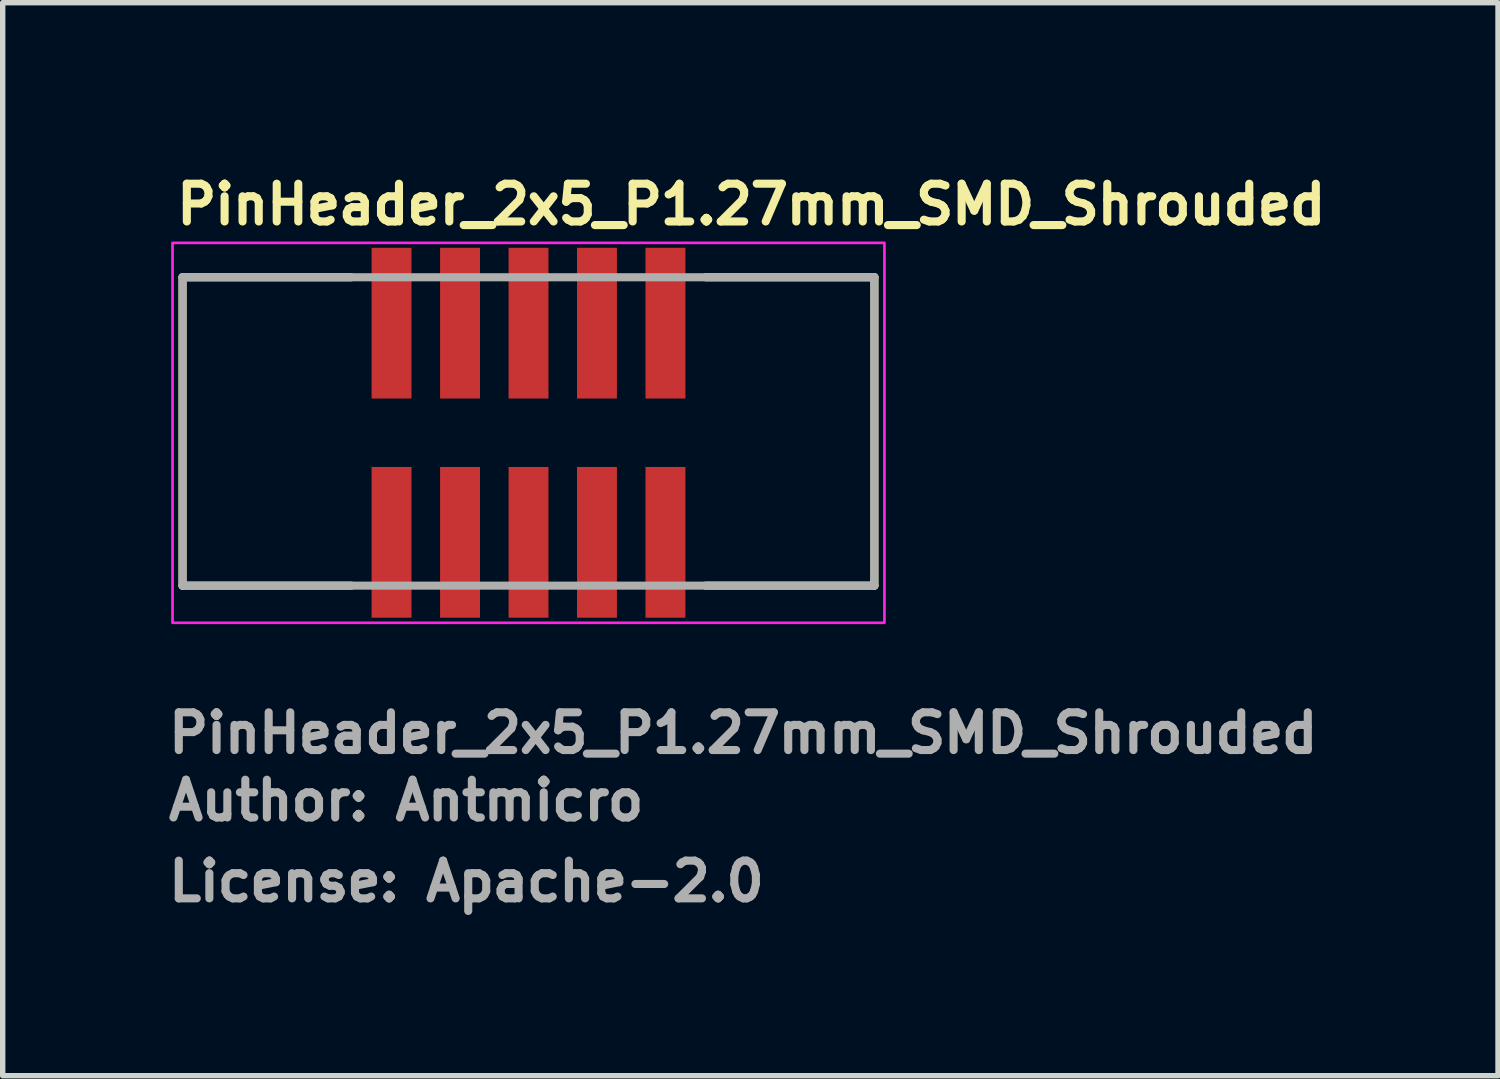
<source format=kicad_pcb>
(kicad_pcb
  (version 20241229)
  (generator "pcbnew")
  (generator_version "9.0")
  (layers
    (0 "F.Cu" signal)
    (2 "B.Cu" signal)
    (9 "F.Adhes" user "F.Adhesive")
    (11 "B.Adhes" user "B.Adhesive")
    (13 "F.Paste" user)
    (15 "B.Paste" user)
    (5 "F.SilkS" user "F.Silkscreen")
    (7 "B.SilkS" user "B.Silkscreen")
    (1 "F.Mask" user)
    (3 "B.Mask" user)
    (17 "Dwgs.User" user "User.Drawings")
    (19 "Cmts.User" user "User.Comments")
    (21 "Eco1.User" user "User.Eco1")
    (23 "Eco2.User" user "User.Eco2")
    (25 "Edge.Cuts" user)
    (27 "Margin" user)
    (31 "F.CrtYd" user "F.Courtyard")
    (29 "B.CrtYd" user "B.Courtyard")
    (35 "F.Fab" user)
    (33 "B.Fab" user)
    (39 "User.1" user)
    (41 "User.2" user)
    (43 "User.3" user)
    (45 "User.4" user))
  (footprint "PinHeader_2x5_P1.27mm_SMD_Shrouded"
    (layer "F.Cu")
    (at 6.75 4.951)
    (property "Reference" "PinHeader_2x5_P1.27mm_SMD_Shrouded" (at -6.601 -3.801 0) (layer "F.SilkS") (effects (font (size 0.7 0.7) (thickness 0.15)) (justify left bottom)))
    (attr smd)
    (fp_line (start -6.415 -2.86) (end -3.286 -2.86) (stroke (width 0.15) (type solid)) (layer "F.SilkS"))
    (fp_line (start -6.415 2.858) (end -6.415 -2.86) (stroke (width 0.15) (type solid)) (layer "F.SilkS"))
    (fp_line (start -6.415 2.858) (end -3.286 2.858) (stroke (width 0.15) (type solid)) (layer "F.SilkS"))
    (fp_line (start 3.285 -2.86) (end 6.413 -2.86) (stroke (width 0.15) (type solid)) (layer "F.SilkS"))
    (fp_line (start 3.285 2.858) (end 6.413 2.858) (stroke (width 0.15) (type solid)) (layer "F.SilkS"))
    (fp_line (start 6.413 2.858) (end 6.413 -2.86) (stroke (width 0.15) (type solid)) (layer "F.SilkS"))
    (fp_rect (start -6.601 -3.498) (end 6.599 3.547) (stroke (width 0.05) (type solid)) (fill no) (layer "F.CrtYd"))
    (fp_line (start -6.415 -2.86) (end 6.413 -2.86) (stroke (width 0.15) (type solid)) (layer "F.Fab"))
    (fp_line (start -6.415 2.858) (end -6.415 -2.86) (stroke (width 0.15) (type solid)) (layer "F.Fab"))
    (fp_line (start 6.413 -2.86) (end 6.413 2.858) (stroke (width 0.15) (type solid)) (layer "F.Fab"))
    (fp_line (start 6.413 2.858) (end -6.415 2.858) (stroke (width 0.15) (type solid)) (layer "F.Fab"))
    (fp_rect (start -6.351 -3.048) (end 6.349 3.047) (stroke (width 0.1) (type solid)) (fill no) (layer "User.5"))
    (fp_line (start -6.351 -0.635) (end -6.351 -3.048) (stroke (width 0.02) (type solid)) (layer "User.9"))
    (fp_line (start -6.351 -0.635) (end -6.223 -0.635) (stroke (width 0.02) (type solid)) (layer "User.9"))
    (fp_line (start -6.351 2.539) (end -6.351 0.633) (stroke (width 0.02) (type solid)) (layer "User.9"))
    (fp_line (start -6.223 -0.635) (end -6.223 0.633) (stroke (width 0.02) (type solid)) (layer "User.9"))
    (fp_line (start -6.223 0.633) (end -6.351 0.633) (stroke (width 0.02) (type solid)) (layer "User.9"))
    (fp_line (start -5.739 -2.057) (end -5.739 2.055) (stroke (width 0.02) (type solid)) (layer "User.9"))
    (fp_line (start -5.739 -2.057) (end -5.462 -1.778) (stroke (width 0.02) (type solid)) (layer "User.9"))
    (fp_line (start -5.739 2.055) (end -5.462 1.777) (stroke (width 0.02) (type solid)) (layer "User.9"))
    (fp_line (start -5.739 2.055) (end -1.27 2.055) (stroke (width 0.02) (type solid)) (layer "User.9"))
    (fp_line (start -5.462 -1.778) (end -5.462 1.777) (stroke (width 0.02) (type solid)) (layer "User.9"))
    (fp_line (start -5.462 1.777) (end -1.27 1.777) (stroke (width 0.02) (type solid)) (layer "User.9"))
    (fp_line (start -5.412 -3.048) (end -6.351 -3.048) (stroke (width 0.02) (type solid)) (layer "User.9"))
    (fp_line (start -5.412 -2.54) (end -5.412 -3.048) (stroke (width 0.02) (type solid)) (layer "User.9"))
    (fp_line (start -3.048 2.285) (end -3.048 2.539) (stroke (width 0.02) (type solid)) (layer "User.9"))
    (fp_line (start -3.048 2.285) (end -3.048 2.539) (stroke (width 0.02) (type solid)) (layer "User.9"))
    (fp_line (start -3.048 2.539) (end -6.351 2.539) (stroke (width 0.02) (type solid)) (layer "User.9"))
    (fp_line (start -3.024 2.539) (end -3.048 2.539) (stroke (width 0.02) (type solid)) (layer "User.9"))
    (fp_line (start -3.024 2.539) (end -3.024 2.31) (stroke (width 0.02) (type solid)) (layer "User.9"))
    (fp_line (start -2.745 -3.048) (end -2.745 -2.948) (stroke (width 0.02) (type solid)) (layer "User.9"))
    (fp_line (start -2.745 -2.948) (end -2.745 -2.54) (stroke (width 0.02) (type solid)) (layer "User.9"))
    (fp_line (start -2.745 -0.839) (end -2.745 -0.737) (stroke (width 0.02) (type solid)) (layer "User.9"))
    (fp_line (start -2.745 -0.737) (end -2.745 -0.535) (stroke (width 0.02) (type solid)) (layer "User.9"))
    (fp_line (start -2.745 -0.535) (end -2.745 -0.432) (stroke (width 0.02) (type solid)) (layer "User.9"))
    (fp_line (start -2.745 0.43) (end -2.745 0.533) (stroke (width 0.02) (type solid)) (layer "User.9"))
    (fp_line (start -2.745 0.533) (end -2.745 0.735) (stroke (width 0.02) (type solid)) (layer "User.9"))
    (fp_line (start -2.745 0.735) (end -2.745 0.837) (stroke (width 0.02) (type solid)) (layer "User.9"))
    (fp_line (start -2.745 2.539) (end -2.745 2.946) (stroke (width 0.02) (type solid)) (layer "User.9"))
    (fp_line (start -2.745 2.946) (end -2.745 3.047) (stroke (width 0.02) (type solid)) (layer "User.9"))
    (fp_line (start -2.54 2.539) (end -3.024 2.539) (stroke (width 0.02) (type solid)) (layer "User.9"))
    (fp_line (start -2.54 2.539) (end -2.54 2.31) (stroke (width 0.02) (type solid)) (layer "User.9"))
    (fp_line (start -2.338 -3.048) (end -2.745 -3.048) (stroke (width 0.02) (type solid)) (layer "User.9"))
    (fp_line (start -2.338 -3.048) (end -2.338 -2.948) (stroke (width 0.02) (type solid)) (layer "User.9"))
    (fp_line (start -2.338 -2.948) (end -2.745 -2.948) (stroke (width 0.02) (type solid)) (layer "User.9"))
    (fp_line (start -2.338 -2.948) (end -2.338 -2.54) (stroke (width 0.02) (type solid)) (layer "User.9"))
    (fp_line (start -2.338 -0.839) (end -2.745 -0.839) (stroke (width 0.02) (type solid)) (layer "User.9"))
    (fp_line (start -2.338 -0.839) (end -2.338 -0.737) (stroke (width 0.02) (type solid)) (layer "User.9"))
    (fp_line (start -2.338 -0.737) (end -2.745 -0.737) (stroke (width 0.02) (type solid)) (layer "User.9"))
    (fp_line (start -2.338 -0.737) (end -2.338 -0.535) (stroke (width 0.02) (type solid)) (layer "User.9"))
    (fp_line (start -2.338 -0.535) (end -2.745 -0.535) (stroke (width 0.02) (type solid)) (layer "User.9"))
    (fp_line (start -2.338 -0.535) (end -2.338 -0.432) (stroke (width 0.02) (type solid)) (layer "User.9"))
    (fp_line (start -2.338 -0.432) (end -2.745 -0.432) (stroke (width 0.02) (type solid)) (layer "User.9"))
    (fp_line (start -2.338 0.43) (end -2.745 0.43) (stroke (width 0.02) (type solid)) (layer "User.9"))
    (fp_line (start -2.338 0.43) (end -2.338 0.533) (stroke (width 0.02) (type solid)) (layer "User.9"))
    (fp_line (start -2.338 0.533) (end -2.745 0.533) (stroke (width 0.02) (type solid)) (layer "User.9"))
    (fp_line (start -2.338 0.533) (end -2.338 0.735) (stroke (width 0.02) (type solid)) (layer "User.9"))
    (fp_line (start -2.338 0.735) (end -2.745 0.735) (stroke (width 0.02) (type solid)) (layer "User.9"))
    (fp_line (start -2.338 0.735) (end -2.338 0.837) (stroke (width 0.02) (type solid)) (layer "User.9"))
    (fp_line (start -2.338 0.837) (end -2.745 0.837) (stroke (width 0.02) (type solid)) (layer "User.9"))
    (fp_line (start -2.338 2.539) (end -2.338 2.946) (stroke (width 0.02) (type solid)) (layer "User.9"))
    (fp_line (start -2.338 2.946) (end -2.745 2.946) (stroke (width 0.02) (type solid)) (layer "User.9"))
    (fp_line (start -2.338 2.946) (end -2.338 3.047) (stroke (width 0.02) (type solid)) (layer "User.9"))
    (fp_line (start -2.338 3.047) (end -2.745 3.047) (stroke (width 0.02) (type solid)) (layer "User.9"))
    (fp_line (start -2.058 2.31) (end -3.024 2.31) (stroke (width 0.02) (type solid)) (layer "User.9"))
    (fp_line (start -2.058 2.539) (end -2.54 2.539) (stroke (width 0.02) (type solid)) (layer "User.9"))
    (fp_line (start -2.058 2.539) (end -2.058 2.31) (stroke (width 0.02) (type solid)) (layer "User.9"))
    (fp_line (start -2.032 2.285) (end -3.048 2.285) (stroke (width 0.02) (type solid)) (layer "User.9"))
    (fp_line (start -2.032 2.285) (end -3.048 2.285) (stroke (width 0.02) (type solid)) (layer "User.9"))
    (fp_line (start -2.032 2.285) (end -2.032 2.539) (stroke (width 0.02) (type solid)) (layer "User.9"))
    (fp_line (start -2.032 2.285) (end -2.032 2.539) (stroke (width 0.02) (type solid)) (layer "User.9"))
    (fp_line (start -2.032 2.539) (end -2.058 2.539) (stroke (width 0.02) (type solid)) (layer "User.9"))
    (fp_line (start -1.474 -2.948) (end -1.474 -3.048) (stroke (width 0.02) (type solid)) (layer "User.9"))
    (fp_line (start -1.474 -2.54) (end -1.474 -2.948) (stroke (width 0.02) (type solid)) (layer "User.9"))
    (fp_line (start -1.474 -0.737) (end -1.474 -0.839) (stroke (width 0.02) (type solid)) (layer "User.9"))
    (fp_line (start -1.474 -0.535) (end -1.474 -0.737) (stroke (width 0.02) (type solid)) (layer "User.9"))
    (fp_line (start -1.474 -0.432) (end -1.474 -0.535) (stroke (width 0.02) (type solid)) (layer "User.9"))
    (fp_line (start -1.474 0.533) (end -1.474 0.43) (stroke (width 0.02) (type solid)) (layer "User.9"))
    (fp_line (start -1.474 0.735) (end -1.474 0.533) (stroke (width 0.02) (type solid)) (layer "User.9"))
    (fp_line (start -1.474 0.837) (end -1.474 0.735) (stroke (width 0.02) (type solid)) (layer "User.9"))
    (fp_line (start -1.474 2.946) (end -1.474 2.539) (stroke (width 0.02) (type solid)) (layer "User.9"))
    (fp_line (start -1.474 3.047) (end -1.474 2.946) (stroke (width 0.02) (type solid)) (layer "User.9"))
    (fp_line (start -1.27 -3.048) (end -1.474 -3.048) (stroke (width 0.02) (type solid)) (layer "User.9"))
    (fp_line (start -1.27 -3.048) (end -1.27 -2.54) (stroke (width 0.02) (type solid)) (layer "User.9"))
    (fp_line (start -1.27 -2.948) (end -1.474 -2.948) (stroke (width 0.02) (type solid)) (layer "User.9"))
    (fp_line (start -1.27 -2.54) (end -5.412 -2.54) (stroke (width 0.02) (type solid)) (layer "User.9"))
    (fp_line (start -1.27 2.055) (end -1.27 1.777) (stroke (width 0.02) (type solid)) (layer "User.9"))
    (fp_line (start -1.27 2.539) (end -2.032 2.539) (stroke (width 0.02) (type solid)) (layer "User.9"))
    (fp_line (start -1.27 2.539) (end -1.27 2.055) (stroke (width 0.02) (type solid)) (layer "User.9"))
    (fp_line (start -1.27 2.539) (end 1.269 2.539) (stroke (width 0.02) (type solid)) (layer "User.9"))
    (fp_line (start -1.067 -0.839) (end -1.474 -0.839) (stroke (width 0.02) (type solid)) (layer "User.9"))
    (fp_line (start -1.067 -0.839) (end -1.067 -0.737) (stroke (width 0.02) (type solid)) (layer "User.9"))
    (fp_line (start -1.067 -0.737) (end -1.474 -0.737) (stroke (width 0.02) (type solid)) (layer "User.9"))
    (fp_line (start -1.067 -0.737) (end -1.067 -0.535) (stroke (width 0.02) (type solid)) (layer "User.9"))
    (fp_line (start -1.067 -0.535) (end -1.474 -0.535) (stroke (width 0.02) (type solid)) (layer "User.9"))
    (fp_line (start -1.067 -0.535) (end -1.067 -0.432) (stroke (width 0.02) (type solid)) (layer "User.9"))
    (fp_line (start -1.067 -0.432) (end -1.474 -0.432) (stroke (width 0.02) (type solid)) (layer "User.9"))
    (fp_line (start -1.067 0.43) (end -1.474 0.43) (stroke (width 0.02) (type solid)) (layer "User.9"))
    (fp_line (start -1.067 0.43) (end -1.067 0.533) (stroke (width 0.02) (type solid)) (layer "User.9"))
    (fp_line (start -1.067 0.533) (end -1.474 0.533) (stroke (width 0.02) (type solid)) (layer "User.9"))
    (fp_line (start -1.067 0.533) (end -1.067 0.735) (stroke (width 0.02) (type solid)) (layer "User.9"))
    (fp_line (start -1.067 0.735) (end -1.474 0.735) (stroke (width 0.02) (type solid)) (layer "User.9"))
    (fp_line (start -1.067 0.735) (end -1.067 0.837) (stroke (width 0.02) (type solid)) (layer "User.9"))
    (fp_line (start -1.067 0.837) (end -1.474 0.837) (stroke (width 0.02) (type solid)) (layer "User.9"))
    (fp_line (start -1.067 2.539) (end -1.067 2.946) (stroke (width 0.02) (type solid)) (layer "User.9"))
    (fp_line (start -1.067 2.946) (end -1.474 2.946) (stroke (width 0.02) (type solid)) (layer "User.9"))
    (fp_line (start -1.067 2.946) (end -1.067 3.047) (stroke (width 0.02) (type solid)) (layer "User.9"))
    (fp_line (start -1.067 3.047) (end -1.474 3.047) (stroke (width 0.02) (type solid)) (layer "User.9"))
    (fp_line (start -0.205 -0.737) (end -0.205 -0.839) (stroke (width 0.02) (type solid)) (layer "User.9"))
    (fp_line (start -0.205 -0.535) (end -0.205 -0.737) (stroke (width 0.02) (type solid)) (layer "User.9"))
    (fp_line (start -0.205 -0.432) (end -0.205 -0.535) (stroke (width 0.02) (type solid)) (layer "User.9"))
    (fp_line (start -0.205 0.533) (end -0.205 0.43) (stroke (width 0.02) (type solid)) (layer "User.9"))
    (fp_line (start -0.205 0.735) (end -0.205 0.533) (stroke (width 0.02) (type solid)) (layer "User.9"))
    (fp_line (start -0.205 0.837) (end -0.205 0.735) (stroke (width 0.02) (type solid)) (layer "User.9"))
    (fp_line (start -0.205 2.946) (end -0.205 2.539) (stroke (width 0.02) (type solid)) (layer "User.9"))
    (fp_line (start -0.205 3.047) (end -0.205 2.946) (stroke (width 0.02) (type solid)) (layer "User.9"))
    (fp_line (start 0.203 -0.839) (end -0.205 -0.839) (stroke (width 0.02) (type solid)) (layer "User.9"))
    (fp_line (start 0.203 -0.839) (end 0.203 -0.737) (stroke (width 0.02) (type solid)) (layer "User.9"))
    (fp_line (start 0.203 -0.737) (end -0.205 -0.737) (stroke (width 0.02) (type solid)) (layer "User.9"))
    (fp_line (start 0.203 -0.737) (end 0.203 -0.535) (stroke (width 0.02) (type solid)) (layer "User.9"))
    (fp_line (start 0.203 -0.535) (end -0.205 -0.535) (stroke (width 0.02) (type solid)) (layer "User.9"))
    (fp_line (start 0.203 -0.535) (end 0.203 -0.432) (stroke (width 0.02) (type solid)) (layer "User.9"))
    (fp_line (start 0.203 -0.432) (end -0.205 -0.432) (stroke (width 0.02) (type solid)) (layer "User.9"))
    (fp_line (start 0.203 0.43) (end -0.205 0.43) (stroke (width 0.02) (type solid)) (layer "User.9"))
    (fp_line (start 0.203 0.43) (end 0.203 0.533) (stroke (width 0.02) (type solid)) (layer "User.9"))
    (fp_line (start 0.203 0.533) (end -0.205 0.533) (stroke (width 0.02) (type solid)) (layer "User.9"))
    (fp_line (start 0.203 0.533) (end 0.203 0.735) (stroke (width 0.02) (type solid)) (layer "User.9"))
    (fp_line (start 0.203 0.735) (end -0.205 0.735) (stroke (width 0.02) (type solid)) (layer "User.9"))
    (fp_line (start 0.203 0.735) (end 0.203 0.837) (stroke (width 0.02) (type solid)) (layer "User.9"))
    (fp_line (start 0.203 0.837) (end -0.205 0.837) (stroke (width 0.02) (type solid)) (layer "User.9"))
    (fp_line (start 0.203 2.539) (end 0.203 2.946) (stroke (width 0.02) (type solid)) (layer "User.9"))
    (fp_line (start 0.203 2.946) (end -0.205 2.946) (stroke (width 0.02) (type solid)) (layer "User.9"))
    (fp_line (start 0.203 2.946) (end 0.203 3.047) (stroke (width 0.02) (type solid)) (layer "User.9"))
    (fp_line (start 0.203 3.047) (end -0.205 3.047) (stroke (width 0.02) (type solid)) (layer "User.9"))
    (fp_line (start 1.066 -0.737) (end 1.066 -0.839) (stroke (width 0.02) (type solid)) (layer "User.9"))
    (fp_line (start 1.066 -0.535) (end 1.066 -0.737) (stroke (width 0.02) (type solid)) (layer "User.9"))
    (fp_line (start 1.066 -0.432) (end 1.066 -0.535) (stroke (width 0.02) (type solid)) (layer "User.9"))
    (fp_line (start 1.066 0.533) (end 1.066 0.43) (stroke (width 0.02) (type solid)) (layer "User.9"))
    (fp_line (start 1.066 0.735) (end 1.066 0.533) (stroke (width 0.02) (type solid)) (layer "User.9"))
    (fp_line (start 1.066 0.837) (end 1.066 0.735) (stroke (width 0.02) (type solid)) (layer "User.9"))
    (fp_line (start 1.066 2.946) (end 1.066 2.539) (stroke (width 0.02) (type solid)) (layer "User.9"))
    (fp_line (start 1.066 3.047) (end 1.066 2.946) (stroke (width 0.02) (type solid)) (layer "User.9"))
    (fp_line (start 1.269 -3.048) (end -1.27 -3.048) (stroke (width 0.02) (type solid)) (layer "User.9"))
    (fp_line (start 1.269 -2.54) (end 1.269 -3.048) (stroke (width 0.02) (type solid)) (layer "User.9"))
    (fp_line (start 1.269 1.777) (end 1.269 2.055) (stroke (width 0.02) (type solid)) (layer "User.9"))
    (fp_line (start 1.269 1.777) (end 5.461 1.777) (stroke (width 0.02) (type solid)) (layer "User.9"))
    (fp_line (start 1.269 2.055) (end 5.738 2.055) (stroke (width 0.02) (type solid)) (layer "User.9"))
    (fp_line (start 1.269 2.539) (end 1.269 2.055) (stroke (width 0.02) (type solid)) (layer "User.9"))
    (fp_line (start 1.473 -3.048) (end 1.269 -3.048) (stroke (width 0.02) (type solid)) (layer "User.9"))
    (fp_line (start 1.473 -3.048) (end 1.473 -2.948) (stroke (width 0.02) (type solid)) (layer "User.9"))
    (fp_line (start 1.473 -2.948) (end 1.269 -2.948) (stroke (width 0.02) (type solid)) (layer "User.9"))
    (fp_line (start 1.473 -2.948) (end 1.473 -2.54) (stroke (width 0.02) (type solid)) (layer "User.9"))
    (fp_line (start 1.473 -0.839) (end 1.066 -0.839) (stroke (width 0.02) (type solid)) (layer "User.9"))
    (fp_line (start 1.473 -0.839) (end 1.473 -0.737) (stroke (width 0.02) (type solid)) (layer "User.9"))
    (fp_line (start 1.473 -0.737) (end 1.066 -0.737) (stroke (width 0.02) (type solid)) (layer "User.9"))
    (fp_line (start 1.473 -0.737) (end 1.473 -0.535) (stroke (width 0.02) (type solid)) (layer "User.9"))
    (fp_line (start 1.473 -0.535) (end 1.066 -0.535) (stroke (width 0.02) (type solid)) (layer "User.9"))
    (fp_line (start 1.473 -0.535) (end 1.473 -0.432) (stroke (width 0.02) (type solid)) (layer "User.9"))
    (fp_line (start 1.473 -0.432) (end 1.066 -0.432) (stroke (width 0.02) (type solid)) (layer "User.9"))
    (fp_line (start 1.473 0.43) (end 1.066 0.43) (stroke (width 0.02) (type solid)) (layer "User.9"))
    (fp_line (start 1.473 0.43) (end 1.473 0.533) (stroke (width 0.02) (type solid)) (layer "User.9"))
    (fp_line (start 1.473 0.533) (end 1.066 0.533) (stroke (width 0.02) (type solid)) (layer "User.9"))
    (fp_line (start 1.473 0.533) (end 1.473 0.735) (stroke (width 0.02) (type solid)) (layer "User.9"))
    (fp_line (start 1.473 0.735) (end 1.066 0.735) (stroke (width 0.02) (type solid)) (layer "User.9"))
    (fp_line (start 1.473 0.735) (end 1.473 0.837) (stroke (width 0.02) (type solid)) (layer "User.9"))
    (fp_line (start 1.473 0.837) (end 1.066 0.837) (stroke (width 0.02) (type solid)) (layer "User.9"))
    (fp_line (start 1.473 2.539) (end 1.473 2.946) (stroke (width 0.02) (type solid)) (layer "User.9"))
    (fp_line (start 1.473 2.946) (end 1.066 2.946) (stroke (width 0.02) (type solid)) (layer "User.9"))
    (fp_line (start 1.473 2.946) (end 1.473 3.047) (stroke (width 0.02) (type solid)) (layer "User.9"))
    (fp_line (start 1.473 3.047) (end 1.066 3.047) (stroke (width 0.02) (type solid)) (layer "User.9"))
    (fp_line (start 2.335 -2.948) (end 2.335 -3.048) (stroke (width 0.02) (type solid)) (layer "User.9"))
    (fp_line (start 2.335 -2.54) (end 2.335 -2.948) (stroke (width 0.02) (type solid)) (layer "User.9"))
    (fp_line (start 2.335 -0.737) (end 2.335 -0.839) (stroke (width 0.02) (type solid)) (layer "User.9"))
    (fp_line (start 2.335 -0.535) (end 2.335 -0.737) (stroke (width 0.02) (type solid)) (layer "User.9"))
    (fp_line (start 2.335 -0.432) (end 2.335 -0.535) (stroke (width 0.02) (type solid)) (layer "User.9"))
    (fp_line (start 2.335 0.533) (end 2.335 0.43) (stroke (width 0.02) (type solid)) (layer "User.9"))
    (fp_line (start 2.335 0.735) (end 2.335 0.533) (stroke (width 0.02) (type solid)) (layer "User.9"))
    (fp_line (start 2.335 0.837) (end 2.335 0.735) (stroke (width 0.02) (type solid)) (layer "User.9"))
    (fp_line (start 2.335 2.946) (end 2.335 2.539) (stroke (width 0.02) (type solid)) (layer "User.9"))
    (fp_line (start 2.335 3.047) (end 2.335 2.946) (stroke (width 0.02) (type solid)) (layer "User.9"))
    (fp_line (start 2.742 -3.048) (end 2.335 -3.048) (stroke (width 0.02) (type solid)) (layer "User.9"))
    (fp_line (start 2.742 -3.048) (end 2.742 -2.948) (stroke (width 0.02) (type solid)) (layer "User.9"))
    (fp_line (start 2.742 -2.948) (end 2.335 -2.948) (stroke (width 0.02) (type solid)) (layer "User.9"))
    (fp_line (start 2.742 -2.948) (end 2.742 -2.54) (stroke (width 0.02) (type solid)) (layer "User.9"))
    (fp_line (start 2.742 -0.839) (end 2.335 -0.839) (stroke (width 0.02) (type solid)) (layer "User.9"))
    (fp_line (start 2.742 -0.839) (end 2.742 -0.737) (stroke (width 0.02) (type solid)) (layer "User.9"))
    (fp_line (start 2.742 -0.737) (end 2.335 -0.737) (stroke (width 0.02) (type solid)) (layer "User.9"))
    (fp_line (start 2.742 -0.737) (end 2.742 -0.535) (stroke (width 0.02) (type solid)) (layer "User.9"))
    (fp_line (start 2.742 -0.535) (end 2.335 -0.535) (stroke (width 0.02) (type solid)) (layer "User.9"))
    (fp_line (start 2.742 -0.535) (end 2.742 -0.432) (stroke (width 0.02) (type solid)) (layer "User.9"))
    (fp_line (start 2.742 -0.432) (end 2.335 -0.432) (stroke (width 0.02) (type solid)) (layer "User.9"))
    (fp_line (start 2.742 0.43) (end 2.335 0.43) (stroke (width 0.02) (type solid)) (layer "User.9"))
    (fp_line (start 2.742 0.43) (end 2.742 0.533) (stroke (width 0.02) (type solid)) (layer "User.9"))
    (fp_line (start 2.742 0.533) (end 2.335 0.533) (stroke (width 0.02) (type solid)) (layer "User.9"))
    (fp_line (start 2.742 0.533) (end 2.742 0.735) (stroke (width 0.02) (type solid)) (layer "User.9"))
    (fp_line (start 2.742 0.735) (end 2.335 0.735) (stroke (width 0.02) (type solid)) (layer "User.9"))
    (fp_line (start 2.742 0.735) (end 2.742 0.837) (stroke (width 0.02) (type solid)) (layer "User.9"))
    (fp_line (start 2.742 0.837) (end 2.335 0.837) (stroke (width 0.02) (type solid)) (layer "User.9"))
    (fp_line (start 2.742 2.539) (end 2.742 2.946) (stroke (width 0.02) (type solid)) (layer "User.9"))
    (fp_line (start 2.742 2.946) (end 2.335 2.946) (stroke (width 0.02) (type solid)) (layer "User.9"))
    (fp_line (start 2.742 2.946) (end 2.742 3.047) (stroke (width 0.02) (type solid)) (layer "User.9"))
    (fp_line (start 2.742 3.047) (end 2.335 3.047) (stroke (width 0.02) (type solid)) (layer "User.9"))
    (fp_line (start 5.41 -3.048) (end 5.41 -2.54) (stroke (width 0.02) (type solid)) (layer "User.9"))
    (fp_line (start 5.41 -2.54) (end 1.269 -2.54) (stroke (width 0.02) (type solid)) (layer "User.9"))
    (fp_line (start 5.461 -1.778) (end -5.462 -1.778) (stroke (width 0.02) (type solid)) (layer "User.9"))
    (fp_line (start 5.461 1.777) (end 5.461 -1.778) (stroke (width 0.02) (type solid)) (layer "User.9"))
    (fp_line (start 5.738 -2.057) (end -5.739 -2.057) (stroke (width 0.02) (type solid)) (layer "User.9"))
    (fp_line (start 5.738 -2.057) (end 5.461 -1.778) (stroke (width 0.02) (type solid)) (layer "User.9"))
    (fp_line (start 5.738 2.055) (end 5.461 1.777) (stroke (width 0.02) (type solid)) (layer "User.9"))
    (fp_line (start 5.738 2.055) (end 5.738 -2.057) (stroke (width 0.02) (type solid)) (layer "User.9"))
    (fp_line (start 6.349 -3.048) (end 5.41 -3.048) (stroke (width 0.02) (type solid)) (layer "User.9"))
    (fp_line (start 6.349 2.539) (end 1.269 2.539) (stroke (width 0.02) (type solid)) (layer "User.9"))
    (fp_line (start 6.349 2.539) (end 6.349 -3.048) (stroke (width 0.02) (type solid)) (layer "User.9"))
    (fp_text user "${REFERENCE}" (at -6.75 6 0) (layer "F.Fab") (effects (font (size 0.7 0.7) (thickness 0.15)) (justify left bottom)))
    (fp_text user "Author: Antmicro" (at -6.75 7.25 0) (layer "F.Fab") (effects (font (size 0.7 0.7) (thickness 0.15)) (justify left bottom)))
    (fp_text user "License: Apache-2.0" (at -6.75 8.75 0) (layer "F.Fab") (effects (font (size 0.7 0.7) (thickness 0.15)) (justify left bottom)))
    (pad "1" smd rect (at -2.54 2.055) (size 0.74 2.795) (layers "F.Cu" "F.Mask" "F.Paste"))
    (pad "2" smd rect (at -2.54 -2.009) (size 0.74 2.795) (layers "F.Cu" "F.Mask" "F.Paste"))
    (pad "3" smd rect (at -1.27 2.055) (size 0.74 2.795) (layers "F.Cu" "F.Mask" "F.Paste"))
    (pad "4" smd rect (at -1.27 -2.009) (size 0.74 2.795) (layers "F.Cu" "F.Mask" "F.Paste"))
    (pad "5" smd rect (at 0 2.055) (size 0.74 2.795) (layers "F.Cu" "F.Mask" "F.Paste"))
    (pad "6" smd rect (at 0 -2.009) (size 0.74 2.795) (layers "F.Cu" "F.Mask" "F.Paste"))
    (pad "7" smd rect (at 1.269 2.055) (size 0.74 2.795) (layers "F.Cu" "F.Mask" "F.Paste"))
    (pad "8" smd rect (at 1.269 -2.009) (size 0.74 2.795) (layers "F.Cu" "F.Mask" "F.Paste"))
    (pad "9" smd rect (at 2.539 2.055) (size 0.74 2.795) (layers "F.Cu" "F.Mask" "F.Paste"))
    (pad "10" smd rect (at 2.539 -2.009) (size 0.74 2.795) (layers "F.Cu" "F.Mask" "F.Paste")))
  (gr_rect
    (start -3 -3)
    (end 24.726 16.896)
    (stroke (width 0.1) (type default))
    (fill no)
    (layer "Edge.Cuts")))
</source>
